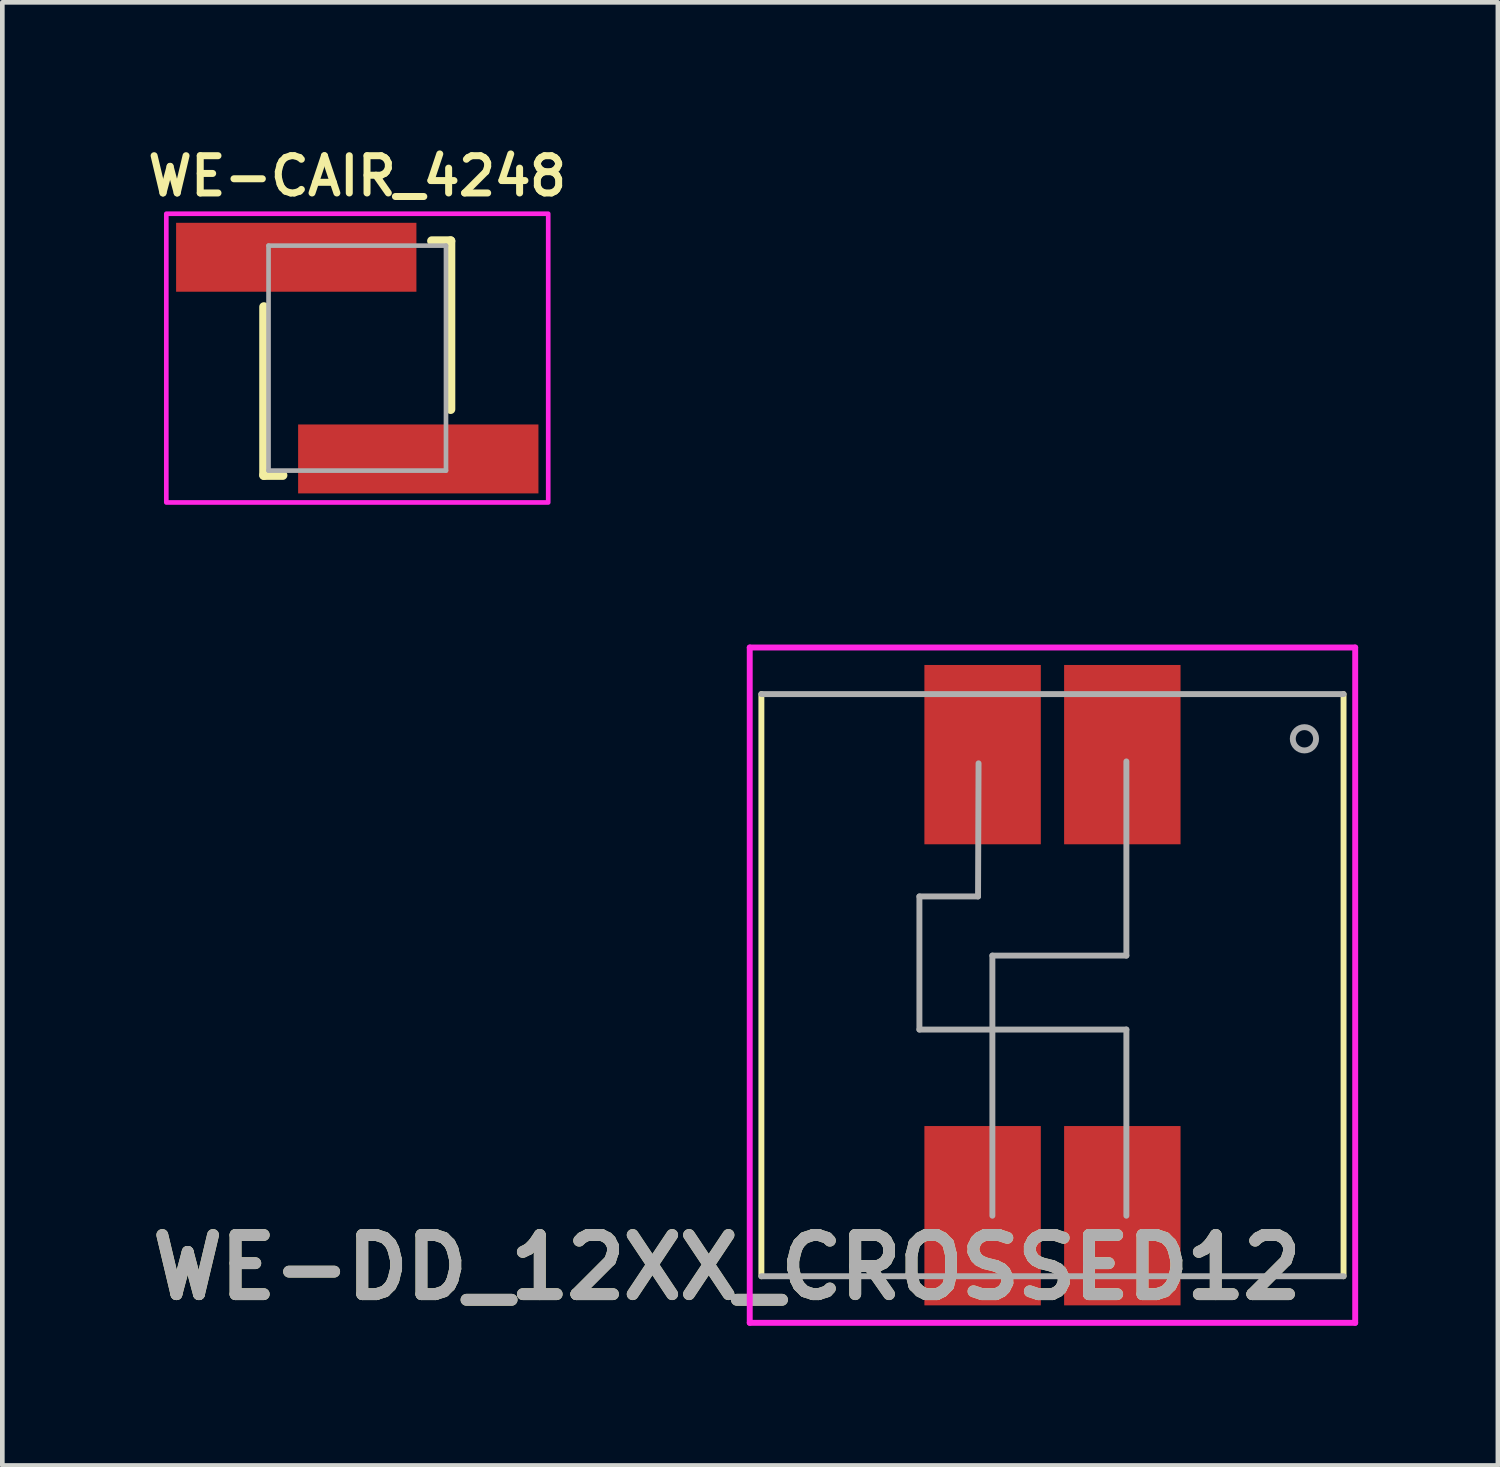
<source format=kicad_pcb>
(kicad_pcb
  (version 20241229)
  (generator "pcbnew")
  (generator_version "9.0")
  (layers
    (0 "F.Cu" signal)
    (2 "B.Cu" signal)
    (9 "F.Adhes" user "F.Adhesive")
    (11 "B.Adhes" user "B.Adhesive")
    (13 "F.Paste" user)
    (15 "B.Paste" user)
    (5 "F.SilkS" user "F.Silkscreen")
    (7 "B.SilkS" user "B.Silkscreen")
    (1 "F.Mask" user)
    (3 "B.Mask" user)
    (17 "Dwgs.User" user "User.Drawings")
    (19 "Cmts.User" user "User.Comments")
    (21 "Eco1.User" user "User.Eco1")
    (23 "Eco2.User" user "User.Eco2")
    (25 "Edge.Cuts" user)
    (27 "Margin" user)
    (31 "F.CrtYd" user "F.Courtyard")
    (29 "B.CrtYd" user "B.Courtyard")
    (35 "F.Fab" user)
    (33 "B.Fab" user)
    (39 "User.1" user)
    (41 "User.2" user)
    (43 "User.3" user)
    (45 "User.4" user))
  (footprint "WE-DD_12XX_CROSSED12"
    (layer "F.Cu")
    (at 19.548 18.103)
    (property "Reference" "WE-DD_12XX_CROSSED12" (at -6.987 6.06 0) (layer "F.SilkS") (effects (font (size 1.27 1.27) (thickness 0.254))))
    (attr smd)
    (fp_line (start -6.25 6.25) (end -6.25 -6.25) (stroke (width 0.127) (type solid)) (layer "F.SilkS"))
    (fp_line (start 6.25 -6.25) (end 6.25 6.25) (stroke (width 0.127) (type solid)) (layer "F.SilkS"))
    (fp_line (start -6.5 -7.25) (end -6.5 7.25) (stroke (width 0.127) (type solid)) (layer "F.CrtYd"))
    (fp_line (start -6.5 7.25) (end 6.5 7.25) (stroke (width 0.127) (type solid)) (layer "F.CrtYd"))
    (fp_line (start 6.5 -7.25) (end -6.5 -7.25) (stroke (width 0.127) (type solid)) (layer "F.CrtYd"))
    (fp_line (start 6.5 7.25) (end 6.5 -7.25) (stroke (width 0.127) (type solid)) (layer "F.CrtYd"))
    (fp_line (start -6.25 -6.25) (end 6.25 -6.25) (stroke (width 0.127) (type solid)) (layer "F.Fab"))
    (fp_line (start -2.857 -1.905) (end -2.857 0.953) (stroke (width 0.127) (type solid)) (layer "F.Fab"))
    (fp_line (start -2.857 0.953) (end 1.587 0.953) (stroke (width 0.127) (type solid)) (layer "F.Fab"))
    (fp_line (start -1.598 -1.905) (end -2.857 -1.905) (stroke (width 0.127) (type solid)) (layer "F.Fab"))
    (fp_line (start -1.587 -4.763) (end -1.598 -1.905) (stroke (width 0.127) (type solid)) (layer "F.Fab"))
    (fp_line (start -1.29 -0.635) (end -1.29 4.95) (stroke (width 0.127) (type solid)) (layer "F.Fab"))
    (fp_line (start 1.587 -4.804) (end 1.587 -0.635) (stroke (width 0.127) (type solid)) (layer "F.Fab"))
    (fp_line (start 1.587 -0.635) (end -1.29 -0.635) (stroke (width 0.127) (type solid)) (layer "F.Fab"))
    (fp_line (start 1.587 0.953) (end 1.587 4.95) (stroke (width 0.127) (type solid)) (layer "F.Fab"))
    (fp_line (start 6.25 6.25) (end -6.25 6.25) (stroke (width 0.127) (type solid)) (layer "F.Fab"))
    (fp_circle (center 5.41 -5.29) (end 5.41 -5.04) (stroke (width 0.127) (type solid)) (fill no) (layer "F.Fab"))
    (fp_text user "${REFERENCE}" (at -6.987 6.06 0) (layer "F.Fab") (effects (font (size 1.27 1.27) (thickness 0.254))))
    (pad "1" smd rect (at 1.5 -4.95) (size 2.5 3.85) (layers "F.Cu" "F.Mask" "F.Paste"))
    (pad "2" smd rect (at -1.5 -4.95) (size 2.5 3.85) (layers "F.Cu" "F.Mask" "F.Paste"))
    (pad "3" smd rect (at -1.5 4.95) (size 2.5 3.85) (layers "F.Cu" "F.Mask" "F.Paste"))
    (pad "4" smd rect (at 1.5 4.95) (size 2.5 3.85) (layers "F.Cu" "F.Mask" "F.Paste")))
  (footprint "WE-CAIR_4248"
    (layer "F.Cu")
    (at 4.621 4.639)
    (property "Reference" "WE-CAIR_4248" (at 0 -3.908 0) (layer "F.SilkS") (effects (font (size 0.8 0.8) (thickness 0.15))))
    (attr smd)
    (fp_line (start -2.005 -1.1) (end -2.005 2.515) (stroke (width 0.2) (type solid)) (layer "F.SilkS"))
    (fp_line (start -2.005 2.515) (end -1.6 2.515) (stroke (width 0.2) (type solid)) (layer "F.SilkS"))
    (fp_line (start 2.005 -2.515) (end 1.6 -2.515) (stroke (width 0.2) (type solid)) (layer "F.SilkS"))
    (fp_line (start 2.005 -2.515) (end 2.005 1.1) (stroke (width 0.2) (type solid)) (layer "F.SilkS"))
    (fp_poly (pts (xy 4.1 -3.1) (xy 4.1 3.1) (xy -4.1 3.1) (xy -4.1 -3.1)) (stroke (width 0.1) (type solid)) (fill no) (layer "F.CrtYd"))
    (fp_line (start -1.905 -2.415) (end -1.905 2.415) (stroke (width 0.1) (type solid)) (layer "F.Fab"))
    (fp_line (start -1.905 2.415) (end 1.905 2.415) (stroke (width 0.1) (type solid)) (layer "F.Fab"))
    (fp_line (start 1.905 -2.415) (end -1.905 -2.415) (stroke (width 0.1) (type solid)) (layer "F.Fab"))
    (fp_line (start 1.905 2.415) (end 1.905 -2.415) (stroke (width 0.1) (type solid)) (layer "F.Fab"))
    (pad "1" smd rect (at -1.31 -2.165 270) (size 1.48 5.16) (layers "F.Cu" "F.Mask" "F.Paste"))
    (pad "2" smd rect (at 1.31 2.165 270) (size 1.48 5.16) (layers "F.Cu" "F.Mask" "F.Paste")))
  (gr_rect
    (start -3 -3)
    (end 29.112 28.416)
    (stroke (width 0.1) (type default))
    (fill no)
    (layer "Edge.Cuts")))
</source>
